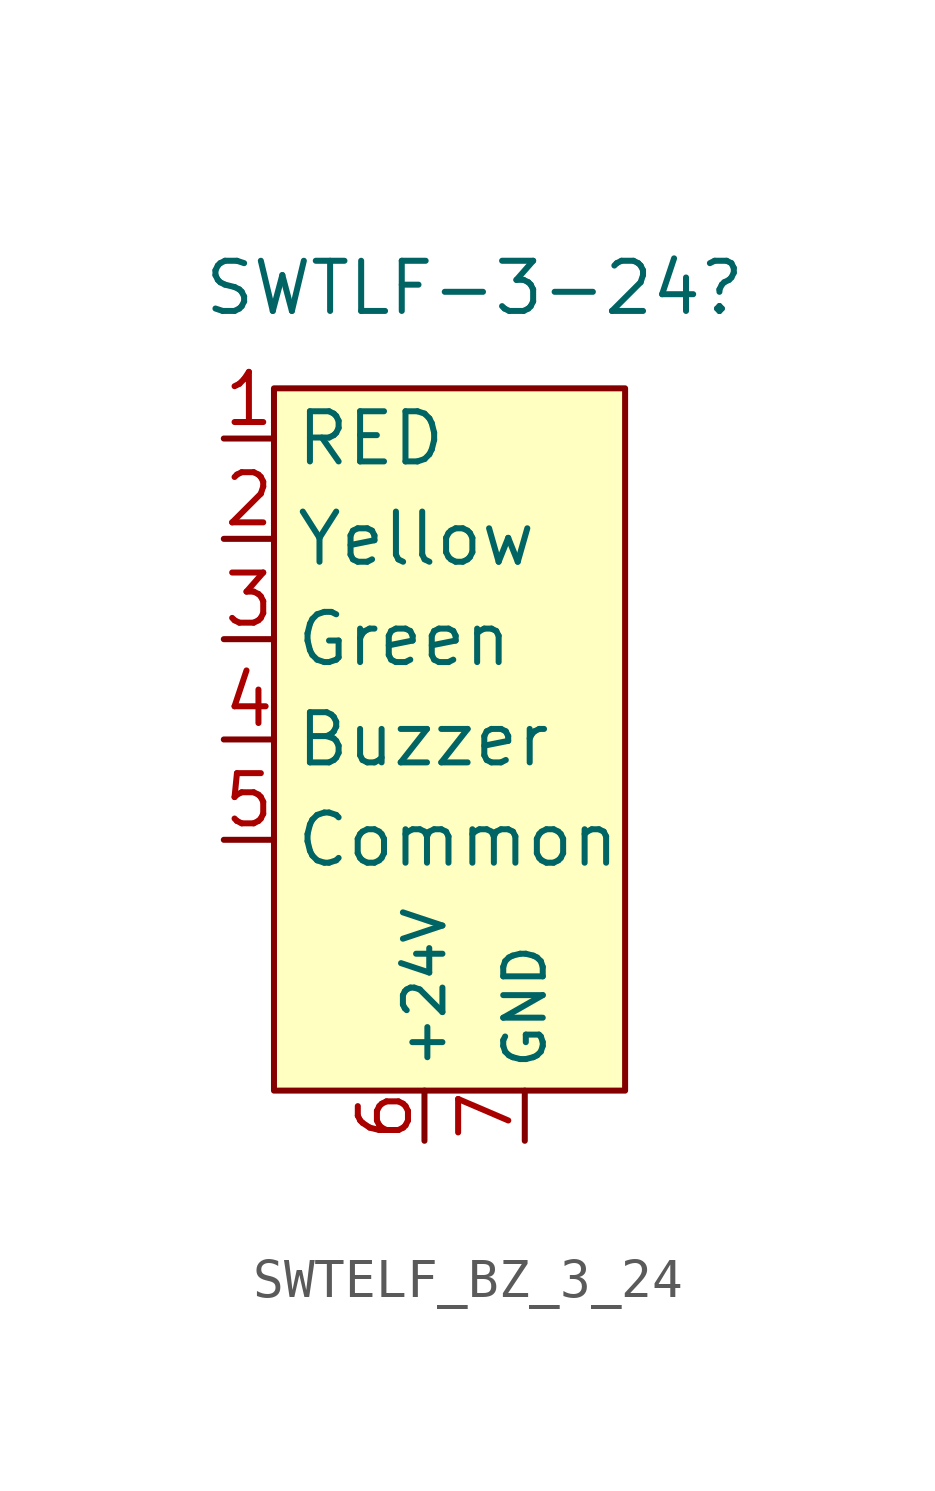
<source format=kicad_sym>
(kicad_symbol_lib
  (version 20220914)
  (generator kicad_symbol_editor)
  (symbol "SWTELF_BZ_3_24"
    (property "Reference" "SWTLF-3-24"
      (at 5.08 20.32 0)
      (effects (font (size 1.27 1.27))))
    (property "Value" ""
      (at 0 7.62 0)
      (effects (font (size 1.27 1.27))))
    (symbol "SWTELF_BZ_3_24_1_1"
      (rectangle (start 0 17.78) (end 8.89 0) (stroke (width 0) (type default)) (fill (type background)))
      (pin input line (at -1.27 16.51 0) (length 1.27) (name "RED" (effects (font (size 1.27 1.27)))) (number "1" (effects (font (size 1.27 1.27)))))
      (pin input line (at -1.27 13.97 0) (length 1.27) (name "Yellow" (effects (font (size 1.27 1.27)))) (number "2" (effects (font (size 1.27 1.27)))))
      (pin input line (at -1.27 11.43 0) (length 1.27) (name "Green" (effects (font (size 1.27 1.27)))) (number "3" (effects (font (size 1.27 1.27)))))
      (pin input line (at -1.27 8.89 0) (length 1.27) (name "Buzzer" (effects (font (size 1.27 1.27)))) (number "4" (effects (font (size 1.27 1.27)))))
      (pin output line (at -1.27 6.35 0) (length 1.27) (name "Common" (effects (font (size 1.27 1.27)))) (number "5" (effects (font (size 1.27 1.27)))))
      (pin input line (at 3.81 -1.27 90) (length 1.27) (name "+24V" (effects (font (size 1 1)))) (number "6" (effects (font (size 1.27 1.27)))))
      (pin input line (at 6.35 -1.27 90) (length 1.27) (name "GND" (effects (font (size 1 1)))) (number "7" (effects (font (size 1.27 1.27))))))))
</source>
